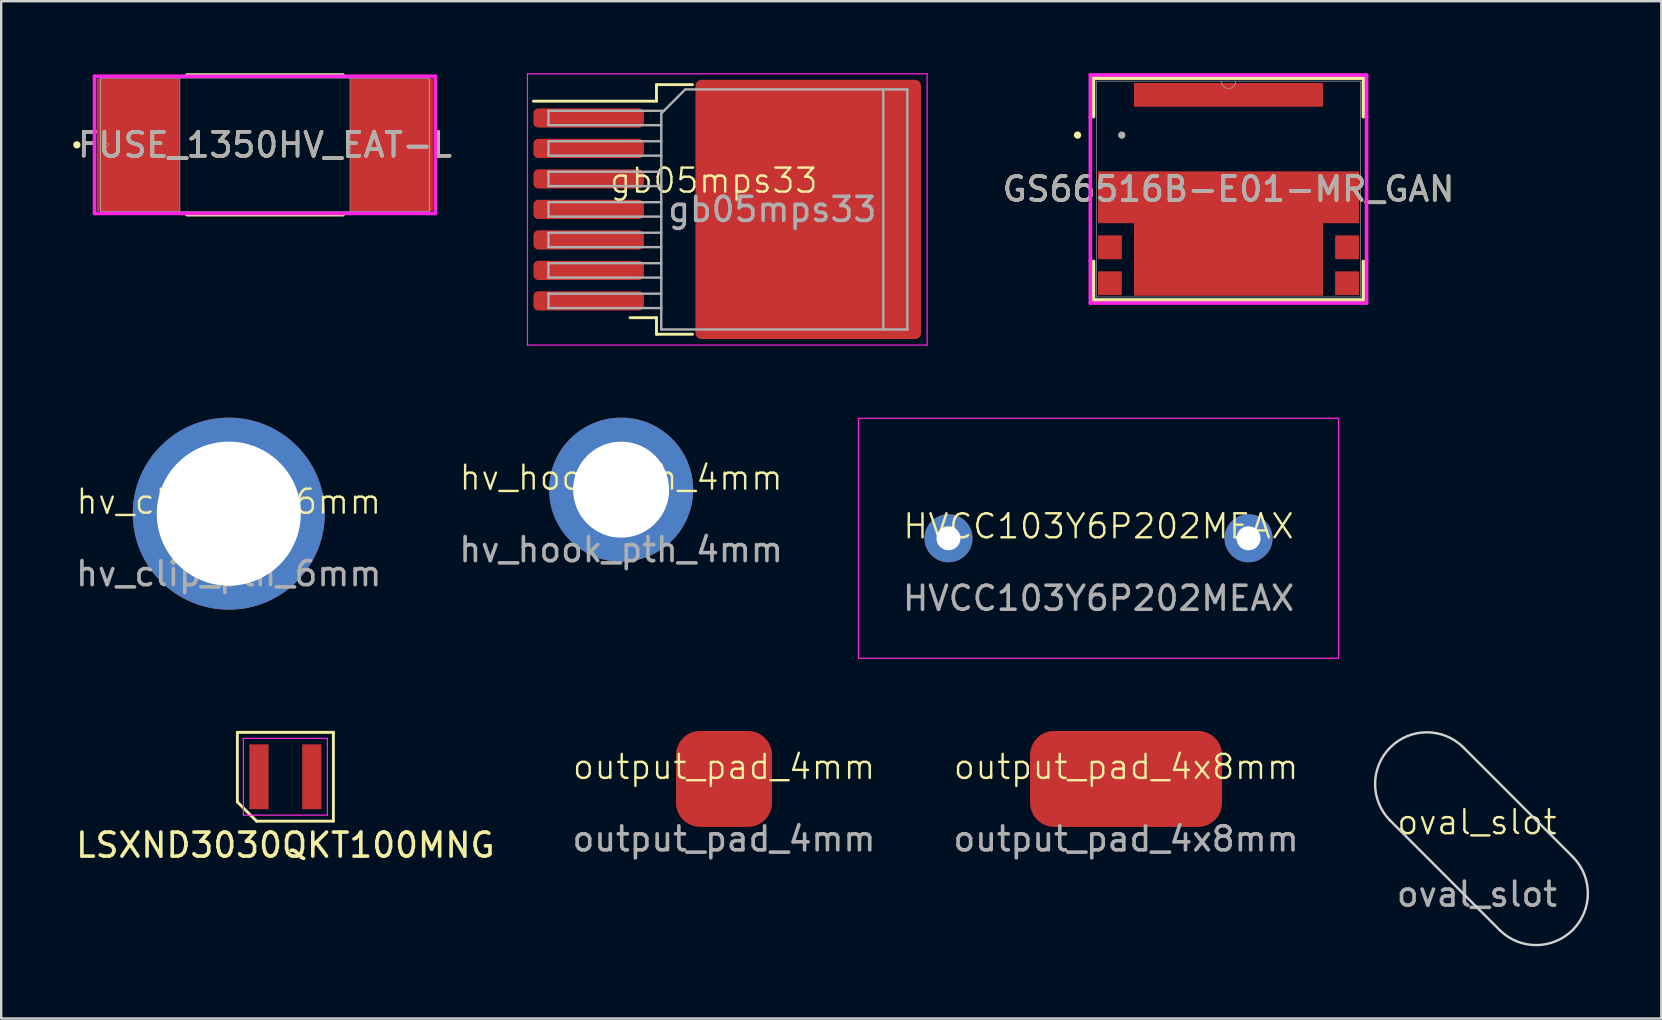
<source format=kicad_pcb>
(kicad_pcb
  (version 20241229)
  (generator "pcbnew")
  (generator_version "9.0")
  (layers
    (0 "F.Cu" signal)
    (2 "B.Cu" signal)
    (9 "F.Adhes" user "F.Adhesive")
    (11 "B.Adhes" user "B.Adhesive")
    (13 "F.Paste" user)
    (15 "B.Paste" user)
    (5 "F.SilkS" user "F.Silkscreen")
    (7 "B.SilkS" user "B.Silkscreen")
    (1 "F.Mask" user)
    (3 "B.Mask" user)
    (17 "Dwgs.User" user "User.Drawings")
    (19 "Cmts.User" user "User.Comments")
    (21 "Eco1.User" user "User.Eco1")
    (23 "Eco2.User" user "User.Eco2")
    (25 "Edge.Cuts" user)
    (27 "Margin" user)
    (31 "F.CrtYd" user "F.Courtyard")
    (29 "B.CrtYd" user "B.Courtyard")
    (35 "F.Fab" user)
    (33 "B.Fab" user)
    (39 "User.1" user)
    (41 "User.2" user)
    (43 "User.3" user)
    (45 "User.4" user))
  (footprint "oval_slot"
    (layer "F.Cu")
    (at 58.48 31.701)
    (property "Reference" "oval_slot" (at 0 -0.5 0) (unlocked yes) (layer "F.SilkS") (effects (font (size 1 1) (thickness 0.1))))
    (attr through_hole)
    (fp_line (start -3.62 -0.572) (end 0.952 4) (stroke (width 0.1) (type default)) (layer "Edge.Cuts"))
    (fp_line (start -0.572 -3.62) (end 4 0.952) (stroke (width 0.1) (type default)) (layer "Edge.Cuts"))
    (fp_arc (start -3.62 -0.572) (mid -3.62 -3.62) (end -0.572 -3.62) (stroke (width 0.1) (type default)) (layer "Edge.Cuts"))
    (fp_arc (start 4 0.952) (mid 4 4) (end 0.952 4) (stroke (width 0.1) (type default)) (layer "Edge.Cuts"))
    (fp_text user "${REFERENCE}" (at 0 2.5 0) (unlocked yes) (layer "F.Fab") (effects (font (size 1 1) (thickness 0.15)))))
  (footprint "LSXND3030QKT100MNG"
    (layer "F.Cu")
    (at 8.839 29.31)
    (property "Reference" "LSXND3030QKT100MNG" (at 0 2.85 0) (layer "F.SilkS") (effects (font (size 1 1) (thickness 0.15))))
    (attr smd)
    (fp_line (start -2 -1.85) (end 2 -1.85) (stroke (width 0.12) (type default)) (layer "F.SilkS"))
    (fp_line (start -2 1.05) (end -2 -1.85) (stroke (width 0.12) (type default)) (layer "F.SilkS"))
    (fp_line (start -1.2 1.85) (end -2 1.05) (stroke (width 0.12) (type default)) (layer "F.SilkS"))
    (fp_line (start 2 -1.85) (end 2 1.85) (stroke (width 0.12) (type default)) (layer "F.SilkS"))
    (fp_line (start 2 1.85) (end -1.2 1.85) (stroke (width 0.12) (type default)) (layer "F.SilkS"))
    (fp_line (start -1.75 -1.6) (end 1.75 -1.6) (stroke (width 0.05) (type default)) (layer "F.CrtYd"))
    (fp_line (start -1.75 1.6) (end -1.75 -1.6) (stroke (width 0.05) (type default)) (layer "F.CrtYd"))
    (fp_line (start 1.75 -1.6) (end 1.75 1.6) (stroke (width 0.05) (type default)) (layer "F.CrtYd"))
    (fp_line (start 1.75 1.6) (end -1.75 1.6) (stroke (width 0.05) (type default)) (layer "F.CrtYd"))
    (pad "1" smd rect (at -1.1 0) (size 0.8 2.7) (layers "F.Cu" "F.Mask" "F.Paste"))
    (pad "2" smd rect (at 1.1 0) (size 0.8 2.7) (layers "F.Cu" "F.Mask" "F.Paste")))
  (footprint "gb05mps33"
    (layer "F.Cu")
    (at 26.684 4.975)
    (property "Reference" "gb05mps33" (at 0 -0.5 0) (unlocked yes) (layer "F.SilkS") (effects (font (size 1 1) (thickness 0.1))))
    (attr smd)
    (fp_line (start -2.385 -4.5) (end -2.385 -3.81) (stroke (width 0.12) (type solid)) (layer "F.SilkS"))
    (fp_line (start -2.385 -3.81) (end -7.51 -3.81) (stroke (width 0.12) (type solid)) (layer "F.SilkS"))
    (fp_line (start -2.385 5.21) (end -3.485 5.21) (stroke (width 0.12) (type solid)) (layer "F.SilkS"))
    (fp_line (start -2.385 5.9) (end -2.385 5.21) (stroke (width 0.12) (type solid)) (layer "F.SilkS"))
    (fp_line (start -0.885 -4.5) (end -2.385 -4.5) (stroke (width 0.12) (type solid)) (layer "F.SilkS"))
    (fp_line (start -0.885 5.9) (end -2.385 5.9) (stroke (width 0.12) (type solid)) (layer "F.SilkS"))
    (fp_line (start -7.76 -4.95) (end -7.76 6.35) (stroke (width 0.05) (type solid)) (layer "F.CrtYd"))
    (fp_line (start -7.76 6.35) (end 8.89 6.35) (stroke (width 0.05) (type solid)) (layer "F.CrtYd"))
    (fp_line (start 8.89 -4.95) (end -7.76 -4.95) (stroke (width 0.05) (type solid)) (layer "F.CrtYd"))
    (fp_line (start 8.89 6.35) (end 8.89 -4.95) (stroke (width 0.05) (type solid)) (layer "F.CrtYd"))
    (fp_line (start -6.885 -3.41) (end -6.885 -2.81) (stroke (width 0.1) (type solid)) (layer "F.Fab"))
    (fp_line (start -6.885 -2.81) (end -2.185 -2.81) (stroke (width 0.1) (type solid)) (layer "F.Fab"))
    (fp_line (start -6.885 -2.14) (end -6.885 -1.54) (stroke (width 0.1) (type solid)) (layer "F.Fab"))
    (fp_line (start -6.885 -1.54) (end -2.185 -1.54) (stroke (width 0.1) (type solid)) (layer "F.Fab"))
    (fp_line (start -6.885 -0.87) (end -6.885 -0.27) (stroke (width 0.1) (type solid)) (layer "F.Fab"))
    (fp_line (start -6.885 -0.27) (end -2.185 -0.27) (stroke (width 0.1) (type solid)) (layer "F.Fab"))
    (fp_line (start -6.885 0.4) (end -6.885 1) (stroke (width 0.1) (type solid)) (layer "F.Fab"))
    (fp_line (start -6.885 1) (end -2.185 1) (stroke (width 0.1) (type solid)) (layer "F.Fab"))
    (fp_line (start -6.885 1.67) (end -6.885 2.27) (stroke (width 0.1) (type solid)) (layer "F.Fab"))
    (fp_line (start -6.885 2.27) (end -2.185 2.27) (stroke (width 0.1) (type solid)) (layer "F.Fab"))
    (fp_line (start -6.885 2.94) (end -6.885 3.54) (stroke (width 0.1) (type solid)) (layer "F.Fab"))
    (fp_line (start -6.885 3.54) (end -2.185 3.54) (stroke (width 0.1) (type solid)) (layer "F.Fab"))
    (fp_line (start -6.885 4.21) (end -6.885 4.81) (stroke (width 0.1) (type solid)) (layer "F.Fab"))
    (fp_line (start -6.885 4.81) (end -2.185 4.81) (stroke (width 0.1) (type solid)) (layer "F.Fab"))
    (fp_line (start -2.185 -3.3) (end -1.185 -4.3) (stroke (width 0.1) (type solid)) (layer "F.Fab"))
    (fp_line (start -2.185 -2.14) (end -6.885 -2.14) (stroke (width 0.1) (type solid)) (layer "F.Fab"))
    (fp_line (start -2.185 -0.87) (end -6.885 -0.87) (stroke (width 0.1) (type solid)) (layer "F.Fab"))
    (fp_line (start -2.185 0.4) (end -6.885 0.4) (stroke (width 0.1) (type solid)) (layer "F.Fab"))
    (fp_line (start -2.185 1.67) (end -6.885 1.67) (stroke (width 0.1) (type solid)) (layer "F.Fab"))
    (fp_line (start -2.185 2.94) (end -6.885 2.94) (stroke (width 0.1) (type solid)) (layer "F.Fab"))
    (fp_line (start -2.185 4.21) (end -6.885 4.21) (stroke (width 0.1) (type solid)) (layer "F.Fab"))
    (fp_line (start -2.185 5.7) (end -2.185 -3.3) (stroke (width 0.1) (type solid)) (layer "F.Fab"))
    (fp_line (start -2.075 -3.41) (end -6.885 -3.41) (stroke (width 0.1) (type solid)) (layer "F.Fab"))
    (fp_line (start -1.185 -4.3) (end 7.065 -4.3) (stroke (width 0.1) (type solid)) (layer "F.Fab"))
    (fp_line (start 7.065 -4.3) (end 7.065 5.7) (stroke (width 0.1) (type solid)) (layer "F.Fab"))
    (fp_line (start 7.065 -4.3) (end 8.065 -4.3) (stroke (width 0.1) (type solid)) (layer "F.Fab"))
    (fp_line (start 7.065 5.7) (end -2.185 5.7) (stroke (width 0.1) (type solid)) (layer "F.Fab"))
    (fp_line (start 8.065 -4.3) (end 8.065 5.7) (stroke (width 0.1) (type solid)) (layer "F.Fab"))
    (fp_line (start 8.065 5.7) (end 7.065 5.7) (stroke (width 0.1) (type solid)) (layer "F.Fab"))
    (fp_text user "${REFERENCE}" (at 2.44 0.7 0) (layer "F.Fab") (effects (font (size 1 1) (thickness 0.15))))
    (pad "0" smd roundrect (at -5.21 -3.11) (size 4.6 0.8) (layers "F.Cu" "F.Mask" "F.Paste") (roundrect_rratio 0.25))
    (pad "0" smd roundrect (at -5.21 -1.84) (size 4.6 0.8) (layers "F.Cu" "F.Mask" "F.Paste") (roundrect_rratio 0.25))
    (pad "1" smd roundrect (at 3.94 0.7) (size 9.4 10.8) (layers "F.Cu" "F.Mask") (roundrect_rratio 0.027))
    (pad "2" smd roundrect (at -5.21 -0.57) (size 4.6 0.8) (layers "F.Cu" "F.Mask" "F.Paste") (roundrect_rratio 0.25))
    (pad "2" smd roundrect (at -5.21 0.7) (size 4.6 0.8) (layers "F.Cu" "F.Mask" "F.Paste") (roundrect_rratio 0.25))
    (pad "2" smd roundrect (at -5.21 1.97) (size 4.6 0.8) (layers "F.Cu" "F.Mask" "F.Paste") (roundrect_rratio 0.25))
    (pad "2" smd roundrect (at -5.21 3.24) (size 4.6 0.8) (layers "F.Cu" "F.Mask" "F.Paste") (roundrect_rratio 0.25))
    (pad "2" smd roundrect (at -5.21 4.51) (size 4.6 0.8) (layers "F.Cu" "F.Mask" "F.Paste") (roundrect_rratio 0.25)))
  (footprint "output_pad_4x8mm"
    (layer "F.Cu")
    (at 43.863 29.4)
    (property "Reference" "output_pad_4x8mm" (at 0 -0.5 0) (unlocked yes) (layer "F.SilkS") (effects (font (size 1 1) (thickness 0.1))))
    (attr smd)
    (fp_text user "${REFERENCE}" (at 0 2.5 0) (unlocked yes) (layer "F.Fab") (effects (font (size 1 1) (thickness 0.15))))
    (pad "1" smd roundrect (at 0 0) (size 8 4) (layers "F.Cu" "F.Mask") (roundrect_rratio 0.25)))
  (footprint "output_pad_4mm"
    (layer "F.Cu")
    (at 27.113 29.4)
    (property "Reference" "output_pad_4mm" (at 0 -0.5 0) (unlocked yes) (layer "F.SilkS") (effects (font (size 1 1) (thickness 0.1))))
    (attr smd)
    (fp_text user "${REFERENCE}" (at 0 2.5 0) (unlocked yes) (layer "F.Fab") (effects (font (size 1 1) (thickness 0.15))))
    (pad "1" smd roundrect (at 0 0) (size 4 4) (layers "F.Cu" "F.Mask") (roundrect_rratio 0.25)))
  (footprint "hv_hook_pth_4mm"
    (layer "F.Cu")
    (at 22.827 17.35)
    (property "Reference" "hv_hook_pth_4mm" (at 0 -0.5 0) (unlocked yes) (layer "F.SilkS") (effects (font (size 1 1) (thickness 0.1))))
    (attr through_hole)
    (fp_text user "${REFERENCE}" (at 0 2.5 0) (unlocked yes) (layer "F.Fab") (effects (font (size 1 1) (thickness 0.15))))
    (pad "1" thru_hole circle (at 0 0) (size 6 6) (drill 4) (layers "*.Cu" "*.Mask")))
  (footprint "hv_clip_pth_6mm"
    (layer "F.Cu")
    (at 6.482 18.35)
    (property "Reference" "hv_clip_pth_6mm" (at 0 -0.5 0) (unlocked yes) (layer "F.SilkS") (effects (font (size 1 1) (thickness 0.1))))
    (attr through_hole)
    (fp_text user "${REFERENCE}" (at 0 2.5 0) (unlocked yes) (layer "F.Fab") (effects (font (size 1 1) (thickness 0.15))))
    (pad "1" thru_hole circle (at 0 0) (size 8 8) (drill 6) (layers "*.Cu" "*.Mask")))
  (footprint "GS66516B-E01-MR_GAN"
    (layer "F.Cu")
    (at 48.129 4.826)
    (property "Reference" "GS66516B-E01-MR_GAN" (at 0 0 0) (unlocked yes) (layer "F.SilkS") (effects (font (size 1 1) (thickness 0.15))))
    (attr smd)
    (fp_poly (pts (xy -5.436 -0.737) (xy -5.436 1.422) (xy -3.937 1.422) (xy -3.937 4.445) (xy 3.937 4.445) (xy 3.937 1.422) (xy 5.436 1.422) (xy 5.436 -0.737)) (stroke (width 0) (type solid)) (fill yes) (layer "F.Cu"))
    (fp_line (start -5.626 -4.623) (end -5.626 -3.016) (stroke (width 0.152) (type solid)) (layer "F.SilkS"))
    (fp_line (start -5.626 3.016) (end -5.626 4.623) (stroke (width 0.152) (type solid)) (layer "F.SilkS"))
    (fp_line (start -5.626 4.623) (end 5.626 4.623) (stroke (width 0.152) (type solid)) (layer "F.SilkS"))
    (fp_line (start 5.626 -4.623) (end -5.626 -4.623) (stroke (width 0.152) (type solid)) (layer "F.SilkS"))
    (fp_line (start 5.626 -3.016) (end 5.626 -4.623) (stroke (width 0.152) (type solid)) (layer "F.SilkS"))
    (fp_line (start 5.626 4.623) (end 5.626 3.016) (stroke (width 0.152) (type solid)) (layer "F.SilkS"))
    (fp_circle (center -6.287 -2.248) (end -6.21 -2.248) (stroke (width 0.152) (type solid)) (fill no) (layer "F.SilkS"))
    (fp_line (start -5.753 -4.75) (end 5.753 -4.75) (stroke (width 0.152) (type solid)) (layer "F.CrtYd"))
    (fp_line (start -5.753 -2.997) (end -5.753 -4.75) (stroke (width 0.152) (type solid)) (layer "F.CrtYd"))
    (fp_line (start -5.753 -2.997) (end -5.753 -2.997) (stroke (width 0.152) (type solid)) (layer "F.CrtYd"))
    (fp_line (start -5.753 2.997) (end -5.753 -2.997) (stroke (width 0.152) (type solid)) (layer "F.CrtYd"))
    (fp_line (start -5.753 2.997) (end -5.753 2.997) (stroke (width 0.152) (type solid)) (layer "F.CrtYd"))
    (fp_line (start -5.753 4.75) (end -5.753 2.997) (stroke (width 0.152) (type solid)) (layer "F.CrtYd"))
    (fp_line (start 5.753 -4.75) (end 5.753 -2.997) (stroke (width 0.152) (type solid)) (layer "F.CrtYd"))
    (fp_line (start 5.753 -2.997) (end 5.753 -2.997) (stroke (width 0.152) (type solid)) (layer "F.CrtYd"))
    (fp_line (start 5.753 -2.997) (end 5.753 2.997) (stroke (width 0.152) (type solid)) (layer "F.CrtYd"))
    (fp_line (start 5.753 2.997) (end 5.753 2.997) (stroke (width 0.152) (type solid)) (layer "F.CrtYd"))
    (fp_line (start 5.753 2.997) (end 5.753 4.75) (stroke (width 0.152) (type solid)) (layer "F.CrtYd"))
    (fp_line (start 5.753 4.75) (end -5.753 4.75) (stroke (width 0.152) (type solid)) (layer "F.CrtYd"))
    (fp_line (start -5.499 -4.496) (end -5.499 4.496) (stroke (width 0.025) (type solid)) (layer "F.Fab"))
    (fp_line (start -5.499 4.496) (end 5.499 4.496) (stroke (width 0.025) (type solid)) (layer "F.Fab"))
    (fp_line (start 5.499 -4.496) (end -5.499 -4.496) (stroke (width 0.025) (type solid)) (layer "F.Fab"))
    (fp_line (start 5.499 4.496) (end 5.499 -4.496) (stroke (width 0.025) (type solid)) (layer "F.Fab"))
    (fp_arc (start 0.3048 -4.4958) (mid 0 -4.191) (end -0.3048 -4.4958) (stroke (width 0.0254) (type solid)) (layer "F.Fab"))
    (fp_circle (center -4.445 -2.248) (end -4.445 -2.248) (stroke (width 0.152) (type solid)) (fill no) (layer "F.Fab"))
    (fp_text user "${REFERENCE}" (at 0 0 0) (unlocked yes) (layer "F.Fab") (effects (font (size 1 1) (thickness 0.15))))
    (pad "1" smd rect (at 0 -3.924) (size 7.874 0.991) (layers "F.Cu" "F.Mask" "F.Paste"))
    (pad "2" smd rect (at -4.94 2.426) (size 0.991 0.991) (layers "F.Cu" "F.Mask" "F.Paste"))
    (pad "3" smd rect (at -4.94 3.924) (size 0.991 0.991) (layers "F.Cu" "F.Mask" "F.Paste"))
    (pad "4" smd rect (at 0 0) (size 0.991 0.991) (layers "F.Cu" "F.Mask" "F.Paste"))
    (pad "5" smd rect (at 4.94 3.924) (size 0.991 0.991) (layers "F.Cu" "F.Mask" "F.Paste"))
    (pad "6" smd rect (at 4.94 2.426) (size 0.991 0.991) (layers "F.Cu" "F.Mask" "F.Paste")))
  (footprint "HVCC103Y6P202MEAX"
    (layer "F.Cu")
    (at 42.715 19.375)
    (property "Reference" "HVCC103Y6P202MEAX" (at 0 -0.5 0) (unlocked yes) (layer "F.SilkS") (effects (font (size 1 1) (thickness 0.1))))
    (attr through_hole)
    (fp_rect (start -10 -5) (end 10 5) (stroke (width 0.05) (type default)) (fill no) (layer "F.CrtYd"))
    (fp_text user "${REFERENCE}" (at 0 2.5 0) (unlocked yes) (layer "F.Fab") (effects (font (size 1 1) (thickness 0.15))))
    (pad "1" thru_hole circle (at -6.25 0) (size 2 2) (drill 1) (layers "*.Cu" "*.Mask"))
    (pad "2" thru_hole circle (at 6.25 0) (size 2 2) (drill 1) (layers "*.Cu" "*.Mask")))
  (footprint "FUSE_1350HV_EAT-L"
    (layer "F.Cu")
    (at 7.988 2.985)
    (property "Reference" "FUSE_1350HV_EAT-L" (at 0 0 0) (unlocked yes) (layer "F.SilkS") (effects (font (size 1 1) (thickness 0.15))))
    (attr smd)
    (fp_line (start -3.248 2.908) (end 3.248 2.908) (stroke (width 0.152) (type solid)) (layer "F.SilkS"))
    (fp_line (start 3.248 -2.908) (end -3.248 -2.908) (stroke (width 0.152) (type solid)) (layer "F.SilkS"))
    (fp_circle (center -7.836 0) (end -7.76 0) (stroke (width 0.152) (type solid)) (fill no) (layer "F.SilkS"))
    (fp_line (start -7.099 -2.857) (end 7.099 -2.857) (stroke (width 0.152) (type solid)) (layer "F.CrtYd"))
    (fp_line (start -7.099 2.857) (end -7.099 -2.857) (stroke (width 0.152) (type solid)) (layer "F.CrtYd"))
    (fp_line (start 7.099 -2.857) (end 7.099 2.857) (stroke (width 0.152) (type solid)) (layer "F.CrtYd"))
    (fp_line (start 7.099 2.857) (end -7.099 2.857) (stroke (width 0.152) (type solid)) (layer "F.CrtYd"))
    (fp_line (start -6.845 -2.781) (end -6.845 2.781) (stroke (width 0.025) (type solid)) (layer "F.Fab"))
    (fp_line (start -6.845 -2.781) (end -6.845 2.781) (stroke (width 0.025) (type solid)) (layer "F.Fab"))
    (fp_line (start -6.845 2.781) (end -3.543 2.781) (stroke (width 0.025) (type solid)) (layer "F.Fab"))
    (fp_line (start -6.845 2.781) (end 6.845 2.781) (stroke (width 0.025) (type solid)) (layer "F.Fab"))
    (fp_line (start -3.543 -2.781) (end -6.845 -2.781) (stroke (width 0.025) (type solid)) (layer "F.Fab"))
    (fp_line (start -3.543 2.781) (end -3.543 -2.781) (stroke (width 0.025) (type solid)) (layer "F.Fab"))
    (fp_line (start 3.543 -2.781) (end 3.543 2.781) (stroke (width 0.025) (type solid)) (layer "F.Fab"))
    (fp_line (start 3.543 2.781) (end 6.845 2.781) (stroke (width 0.025) (type solid)) (layer "F.Fab"))
    (fp_line (start 6.845 -2.781) (end -6.845 -2.781) (stroke (width 0.025) (type solid)) (layer "F.Fab"))
    (fp_line (start 6.845 -2.781) (end 3.543 -2.781) (stroke (width 0.025) (type solid)) (layer "F.Fab"))
    (fp_line (start 6.845 2.781) (end 6.845 -2.781) (stroke (width 0.025) (type solid)) (layer "F.Fab"))
    (fp_line (start 6.845 2.781) (end 6.845 -2.781) (stroke (width 0.025) (type solid)) (layer "F.Fab"))
    (fp_circle (center -6.591 0) (end -6.515 0) (stroke (width 0.025) (type solid)) (fill no) (layer "F.Fab"))
    (fp_text user "${REFERENCE}" (at 0 0 0) (unlocked yes) (layer "F.Fab") (effects (font (size 1 1) (thickness 0.15))))
    (pad "1" smd rect (at -5.271 0) (size 3.454 5.512) (layers "F.Cu" "F.Mask" "F.Paste"))
    (pad "2" smd rect (at 5.271 0) (size 3.454 5.512) (layers "F.Cu" "F.Mask" "F.Paste"))
    (zone (net_name "") (layer "F.Cu") (hatch full 0.508) (connect_pads) (min_thickness 0.254) (filled_areas_thickness no) (keepout (tracks not_allowed) (vias not_allowed) (pads allowed) (copperpour not_allowed) (footprints allowed)) (placement (enabled no)) (fill) (polygon (pts (xy 4.496 0.254) (xy 11.481 0.254) (xy 11.481 5.715) (xy 4.496 5.715)))))
  (gr_rect
    (start -3 -3)
    (end 66.161 39.383)
    (stroke (width 0.1) (type default))
    (fill no)
    (layer "Edge.Cuts")))
</source>
